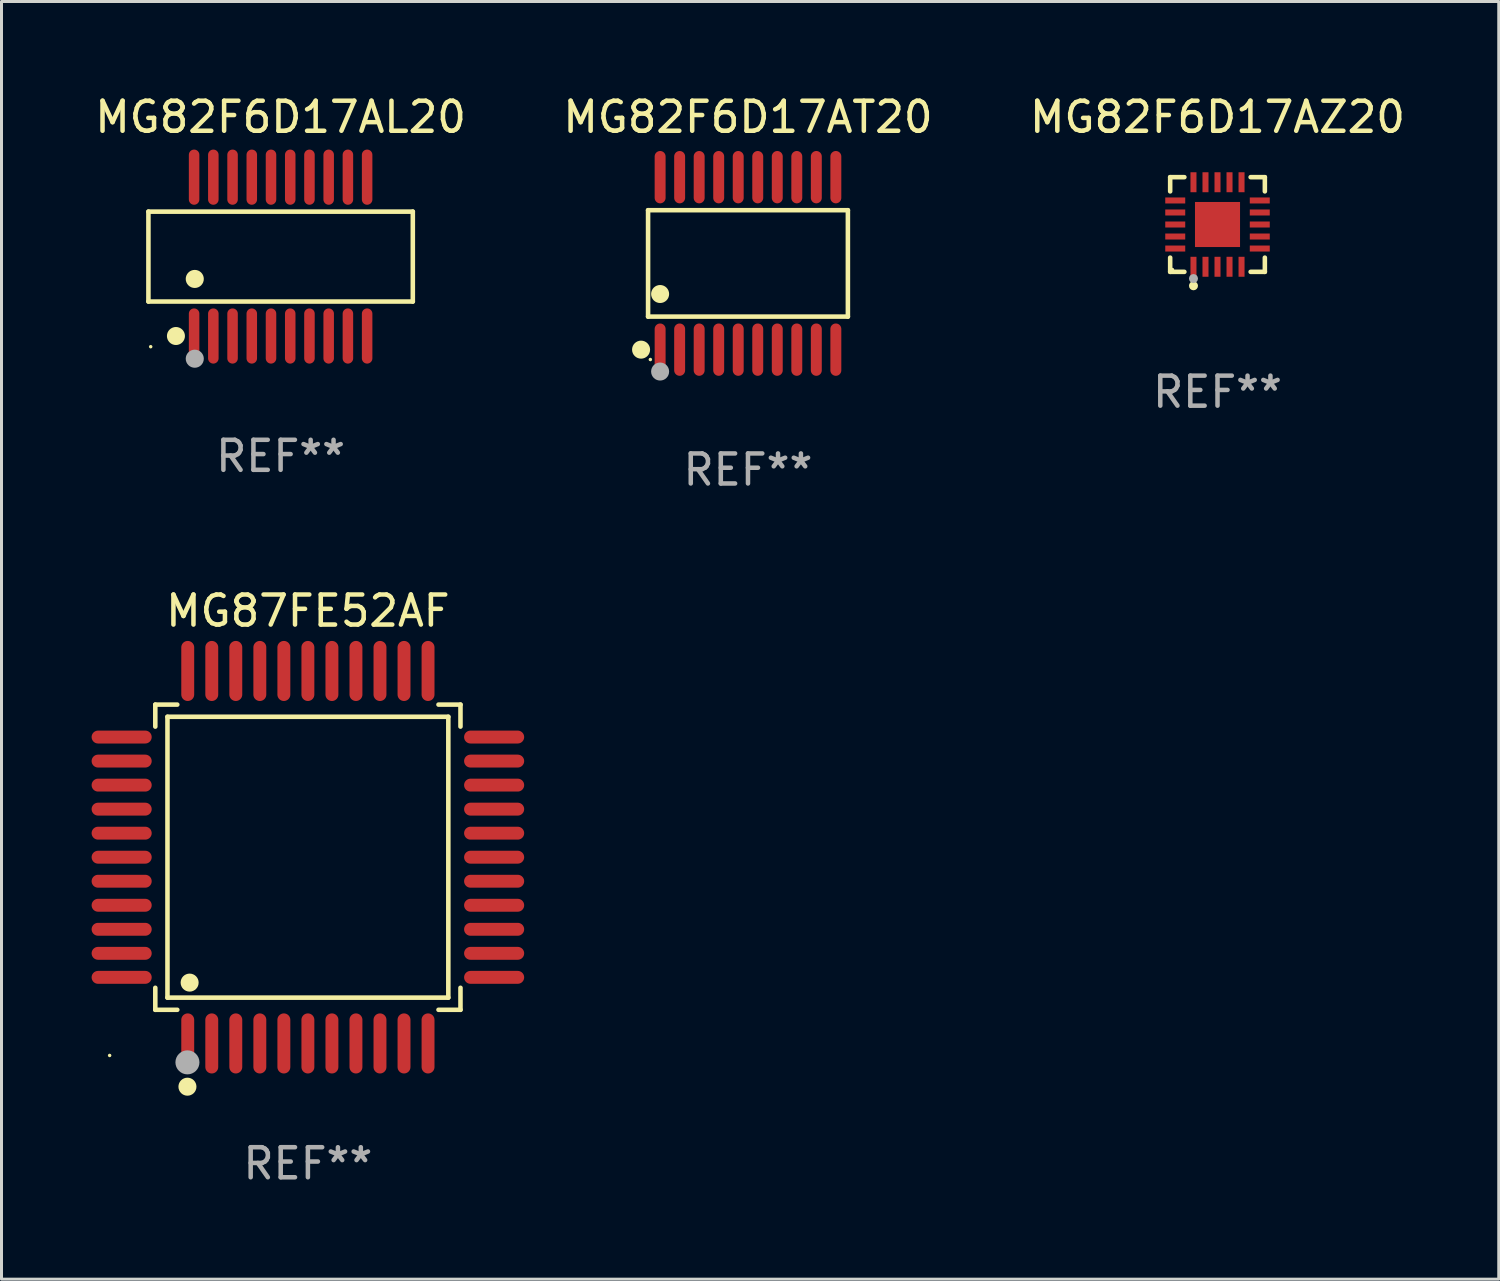
<source format=kicad_pcb>
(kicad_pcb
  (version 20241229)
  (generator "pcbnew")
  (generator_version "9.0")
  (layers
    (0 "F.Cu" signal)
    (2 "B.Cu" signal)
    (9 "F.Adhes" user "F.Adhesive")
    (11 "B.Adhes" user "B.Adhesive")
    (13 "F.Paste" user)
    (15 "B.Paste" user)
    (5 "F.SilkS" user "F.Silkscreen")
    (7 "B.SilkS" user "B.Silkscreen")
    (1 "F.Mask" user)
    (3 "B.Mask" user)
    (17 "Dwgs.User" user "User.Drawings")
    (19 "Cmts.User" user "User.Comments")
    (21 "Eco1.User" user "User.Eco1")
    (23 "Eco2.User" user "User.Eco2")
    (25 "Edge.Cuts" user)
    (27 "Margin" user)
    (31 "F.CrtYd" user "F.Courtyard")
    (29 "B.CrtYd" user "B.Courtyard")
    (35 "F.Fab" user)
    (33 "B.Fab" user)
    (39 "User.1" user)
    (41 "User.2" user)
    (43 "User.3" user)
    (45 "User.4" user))
  (footprint "MG87FE52AF"
    (layer "F.Cu")
    (at 7.2 25.487)
    (property "Reference" "MG87FE52AF" (at 0 -8.2 0) (layer "F.SilkS") (effects (font (size 1 1) (thickness 0.15))))
    (attr through_hole)
    (fp_line (start -5.08 -5.08) (end -4.348 -5.08) (stroke (width 0.152) (type solid)) (layer "F.SilkS"))
    (fp_line (start -5.08 -4.348) (end -5.08 -5.08) (stroke (width 0.152) (type solid)) (layer "F.SilkS"))
    (fp_line (start -5.08 4.348) (end -5.08 5.08) (stroke (width 0.152) (type solid)) (layer "F.SilkS"))
    (fp_line (start -5.08 5.08) (end -4.348 5.08) (stroke (width 0.152) (type solid)) (layer "F.SilkS"))
    (fp_line (start -4.675 -4.675) (end 4.675 -4.675) (stroke (width 0.152) (type solid)) (layer "F.SilkS"))
    (fp_line (start -4.675 4.675) (end -4.675 -4.675) (stroke (width 0.152) (type solid)) (layer "F.SilkS"))
    (fp_line (start 4.675 -4.675) (end 4.675 4.675) (stroke (width 0.152) (type solid)) (layer "F.SilkS"))
    (fp_line (start 4.675 4.675) (end -4.675 4.675) (stroke (width 0.152) (type solid)) (layer "F.SilkS"))
    (fp_line (start 5.08 -5.08) (end 4.348 -5.08) (stroke (width 0.152) (type solid)) (layer "F.SilkS"))
    (fp_line (start 5.08 -4.348) (end 5.08 -5.08) (stroke (width 0.152) (type solid)) (layer "F.SilkS"))
    (fp_line (start 5.08 4.348) (end 5.08 5.08) (stroke (width 0.152) (type solid)) (layer "F.SilkS"))
    (fp_line (start 5.08 5.08) (end 4.348 5.08) (stroke (width 0.152) (type solid)) (layer "F.SilkS"))
    (fp_circle (center -6.6 6.6) (end -6.57 6.6) (stroke (width 0.06) (type solid)) (fill no) (layer "F.SilkS"))
    (fp_circle (center -4.01 7.64) (end -3.86 7.64) (stroke (width 0.3) (type solid)) (fill no) (layer "F.SilkS"))
    (fp_circle (center -3.937 4.175) (end -3.787 4.175) (stroke (width 0.3) (type solid)) (fill no) (layer "F.SilkS"))
    (fp_circle (center -4.01 6.83) (end -3.81 6.83) (stroke (width 0.4) (type solid)) (fill no) (layer "F.Fab"))
    (fp_text user "REF**" (at 0 10.2 0) (layer "F.Fab") (effects (font (size 1 1) (thickness 0.15))))
    (pad "1" smd oval (at -4 6.2) (size 0.43 2) (layers "F.Cu" "F.Mask" "F.Paste"))
    (pad "2" smd oval (at -3.2 6.2) (size 0.43 2) (layers "F.Cu" "F.Mask" "F.Paste"))
    (pad "3" smd oval (at -2.4 6.2) (size 0.43 2) (layers "F.Cu" "F.Mask" "F.Paste"))
    (pad "4" smd oval (at -1.6 6.2) (size 0.43 2) (layers "F.Cu" "F.Mask" "F.Paste"))
    (pad "5" smd oval (at -0.8 6.2) (size 0.43 2) (layers "F.Cu" "F.Mask" "F.Paste"))
    (pad "6" smd oval (at 0 6.2) (size 0.43 2) (layers "F.Cu" "F.Mask" "F.Paste"))
    (pad "7" smd oval (at 0.8 6.2) (size 0.43 2) (layers "F.Cu" "F.Mask" "F.Paste"))
    (pad "8" smd oval (at 1.6 6.2) (size 0.43 2) (layers "F.Cu" "F.Mask" "F.Paste"))
    (pad "9" smd oval (at 2.4 6.2) (size 0.43 2) (layers "F.Cu" "F.Mask" "F.Paste"))
    (pad "10" smd oval (at 3.2 6.2) (size 0.43 2) (layers "F.Cu" "F.Mask" "F.Paste"))
    (pad "11" smd oval (at 4 6.2) (size 0.43 2) (layers "F.Cu" "F.Mask" "F.Paste"))
    (pad "12" smd oval (at 6.2 4) (size 2 0.43) (layers "F.Cu" "F.Mask" "F.Paste"))
    (pad "13" smd oval (at 6.2 3.2) (size 2 0.43) (layers "F.Cu" "F.Mask" "F.Paste"))
    (pad "14" smd oval (at 6.2 2.4) (size 2 0.43) (layers "F.Cu" "F.Mask" "F.Paste"))
    (pad "15" smd oval (at 6.2 1.6) (size 2 0.43) (layers "F.Cu" "F.Mask" "F.Paste"))
    (pad "16" smd oval (at 6.2 0.8) (size 2 0.43) (layers "F.Cu" "F.Mask" "F.Paste"))
    (pad "17" smd oval (at 6.2 0) (size 2 0.43) (layers "F.Cu" "F.Mask" "F.Paste"))
    (pad "18" smd oval (at 6.2 -0.8) (size 2 0.43) (layers "F.Cu" "F.Mask" "F.Paste"))
    (pad "19" smd oval (at 6.2 -1.6) (size 2 0.43) (layers "F.Cu" "F.Mask" "F.Paste"))
    (pad "20" smd oval (at 6.2 -2.4) (size 2 0.43) (layers "F.Cu" "F.Mask" "F.Paste"))
    (pad "21" smd oval (at 6.2 -3.2) (size 2 0.43) (layers "F.Cu" "F.Mask" "F.Paste"))
    (pad "22" smd oval (at 6.2 -4) (size 2 0.43) (layers "F.Cu" "F.Mask" "F.Paste"))
    (pad "23" smd oval (at 4 -6.2) (size 0.43 2) (layers "F.Cu" "F.Mask" "F.Paste"))
    (pad "24" smd oval (at 3.2 -6.2) (size 0.43 2) (layers "F.Cu" "F.Mask" "F.Paste"))
    (pad "25" smd oval (at 2.4 -6.2) (size 0.43 2) (layers "F.Cu" "F.Mask" "F.Paste"))
    (pad "26" smd oval (at 1.6 -6.2) (size 0.43 2) (layers "F.Cu" "F.Mask" "F.Paste"))
    (pad "27" smd oval (at 0.8 -6.2) (size 0.43 2) (layers "F.Cu" "F.Mask" "F.Paste"))
    (pad "28" smd oval (at 0 -6.2) (size 0.43 2) (layers "F.Cu" "F.Mask" "F.Paste"))
    (pad "29" smd oval (at -0.8 -6.2) (size 0.43 2) (layers "F.Cu" "F.Mask" "F.Paste"))
    (pad "30" smd oval (at -1.6 -6.2) (size 0.43 2) (layers "F.Cu" "F.Mask" "F.Paste"))
    (pad "31" smd oval (at -2.4 -6.2) (size 0.43 2) (layers "F.Cu" "F.Mask" "F.Paste"))
    (pad "32" smd oval (at -3.2 -6.2) (size 0.43 2) (layers "F.Cu" "F.Mask" "F.Paste"))
    (pad "33" smd oval (at -4 -6.2) (size 0.43 2) (layers "F.Cu" "F.Mask" "F.Paste"))
    (pad "34" smd oval (at -6.2 -4) (size 2 0.43) (layers "F.Cu" "F.Mask" "F.Paste"))
    (pad "35" smd oval (at -6.2 -3.2) (size 2 0.43) (layers "F.Cu" "F.Mask" "F.Paste"))
    (pad "36" smd oval (at -6.2 -2.4) (size 2 0.43) (layers "F.Cu" "F.Mask" "F.Paste"))
    (pad "37" smd oval (at -6.2 -1.6) (size 2 0.43) (layers "F.Cu" "F.Mask" "F.Paste"))
    (pad "38" smd oval (at -6.2 -0.8) (size 2 0.43) (layers "F.Cu" "F.Mask" "F.Paste"))
    (pad "39" smd oval (at -6.2 0) (size 2 0.43) (layers "F.Cu" "F.Mask" "F.Paste"))
    (pad "40" smd oval (at -6.2 0.8) (size 2 0.43) (layers "F.Cu" "F.Mask" "F.Paste"))
    (pad "41" smd oval (at -6.2 1.6) (size 2 0.43) (layers "F.Cu" "F.Mask" "F.Paste"))
    (pad "42" smd oval (at -6.2 2.4) (size 2 0.43) (layers "F.Cu" "F.Mask" "F.Paste"))
    (pad "43" smd oval (at -6.2 3.2) (size 2 0.43) (layers "F.Cu" "F.Mask" "F.Paste"))
    (pad "44" smd oval (at -6.2 4) (size 2 0.43) (layers "F.Cu" "F.Mask" "F.Paste")))
  (footprint "MG82F6D17AZ20"
    (layer "F.Cu")
    (at 37.482 4.424)
    (property "Reference" "MG82F6D17AZ20" (at 0 -3.576 0) (layer "F.SilkS") (effects (font (size 1 1) (thickness 0.15))))
    (attr through_hole)
    (fp_line (start -1.576 -1.576) (end -1.103 -1.576) (stroke (width 0.152) (type solid)) (layer "F.SilkS"))
    (fp_line (start -1.576 -1.103) (end -1.576 -1.576) (stroke (width 0.152) (type solid)) (layer "F.SilkS"))
    (fp_line (start -1.576 1.103) (end -1.576 1.576) (stroke (width 0.152) (type solid)) (layer "F.SilkS"))
    (fp_line (start -1.576 1.576) (end -1.103 1.576) (stroke (width 0.152) (type solid)) (layer "F.SilkS"))
    (fp_line (start 1.576 -1.576) (end 1.103 -1.576) (stroke (width 0.152) (type solid)) (layer "F.SilkS"))
    (fp_line (start 1.576 -1.103) (end 1.576 -1.576) (stroke (width 0.152) (type solid)) (layer "F.SilkS"))
    (fp_line (start 1.576 1.103) (end 1.576 1.576) (stroke (width 0.152) (type solid)) (layer "F.SilkS"))
    (fp_line (start 1.576 1.576) (end 1.103 1.576) (stroke (width 0.152) (type solid)) (layer "F.SilkS"))
    (fp_circle (center -1.5 1.5) (end -1.47 1.5) (stroke (width 0.06) (type solid)) (fill no) (layer "F.SilkS"))
    (fp_circle (center -0.8 2.04) (end -0.725 2.04) (stroke (width 0.15) (type solid)) (fill no) (layer "F.SilkS"))
    (fp_circle (center -0.8 1.8) (end -0.725 1.8) (stroke (width 0.15) (type solid)) (fill no) (layer "F.Fab"))
    (fp_text user "REF**" (at 0 5.576 0) (layer "F.Fab") (effects (font (size 1 1) (thickness 0.15))))
    (pad "1" smd rect (at -0.8 1.407) (size 0.2 0.665) (layers "F.Cu" "F.Mask" "F.Paste"))
    (pad "2" smd rect (at -0.4 1.407) (size 0.2 0.665) (layers "F.Cu" "F.Mask" "F.Paste"))
    (pad "3" smd rect (at 0 1.407) (size 0.2 0.665) (layers "F.Cu" "F.Mask" "F.Paste"))
    (pad "4" smd rect (at 0.4 1.407) (size 0.2 0.665) (layers "F.Cu" "F.Mask" "F.Paste"))
    (pad "5" smd rect (at 0.8 1.407) (size 0.2 0.665) (layers "F.Cu" "F.Mask" "F.Paste"))
    (pad "6" smd rect (at 1.407 0.8) (size 0.665 0.2) (layers "F.Cu" "F.Mask" "F.Paste"))
    (pad "7" smd rect (at 1.407 0.4) (size 0.665 0.2) (layers "F.Cu" "F.Mask" "F.Paste"))
    (pad "8" smd rect (at 1.407 0) (size 0.665 0.2) (layers "F.Cu" "F.Mask" "F.Paste"))
    (pad "9" smd rect (at 1.407 -0.4) (size 0.665 0.2) (layers "F.Cu" "F.Mask" "F.Paste"))
    (pad "10" smd rect (at 1.407 -0.8) (size 0.665 0.2) (layers "F.Cu" "F.Mask" "F.Paste"))
    (pad "11" smd rect (at 0.8 -1.407) (size 0.2 0.665) (layers "F.Cu" "F.Mask" "F.Paste"))
    (pad "12" smd rect (at 0.4 -1.407) (size 0.2 0.665) (layers "F.Cu" "F.Mask" "F.Paste"))
    (pad "13" smd rect (at 0 -1.407) (size 0.2 0.665) (layers "F.Cu" "F.Mask" "F.Paste"))
    (pad "14" smd rect (at -0.4 -1.407) (size 0.2 0.665) (layers "F.Cu" "F.Mask" "F.Paste"))
    (pad "15" smd rect (at -0.8 -1.407) (size 0.2 0.665) (layers "F.Cu" "F.Mask" "F.Paste"))
    (pad "16" smd rect (at -1.407 -0.8) (size 0.665 0.2) (layers "F.Cu" "F.Mask" "F.Paste"))
    (pad "17" smd rect (at -1.407 -0.4) (size 0.665 0.2) (layers "F.Cu" "F.Mask" "F.Paste"))
    (pad "18" smd rect (at -1.407 0) (size 0.665 0.2) (layers "F.Cu" "F.Mask" "F.Paste"))
    (pad "19" smd rect (at -1.407 0.4) (size 0.665 0.2) (layers "F.Cu" "F.Mask" "F.Paste"))
    (pad "20" smd rect (at -1.407 0.8) (size 0.665 0.2) (layers "F.Cu" "F.Mask" "F.Paste"))
    (pad "21" smd rect (at 0 0) (size 1.5 1.5) (layers "F.Cu" "F.Mask" "F.Paste")))
  (footprint "MG82F6D17AT20"
    (layer "F.Cu")
    (at 21.851 5.719)
    (property "Reference" "MG82F6D17AT20" (at 0 -4.871 0) (layer "F.SilkS") (effects (font (size 1 1) (thickness 0.15))))
    (attr through_hole)
    (fp_line (start -3.326 -1.771) (end 3.326 -1.771) (stroke (width 0.152) (type solid)) (layer "F.SilkS"))
    (fp_line (start -3.326 1.771) (end -3.326 -1.771) (stroke (width 0.152) (type solid)) (layer "F.SilkS"))
    (fp_line (start 3.326 -1.771) (end 3.326 1.771) (stroke (width 0.152) (type solid)) (layer "F.SilkS"))
    (fp_line (start 3.326 1.771) (end -3.326 1.771) (stroke (width 0.152) (type solid)) (layer "F.SilkS"))
    (fp_circle (center -3.559 2.871) (end -3.409 2.871) (stroke (width 0.3) (type solid)) (fill no) (layer "F.SilkS"))
    (fp_circle (center -3.25 3.2) (end -3.22 3.2) (stroke (width 0.06) (type solid)) (fill no) (layer "F.SilkS"))
    (fp_circle (center -2.925 1.019) (end -2.775 1.019) (stroke (width 0.3) (type solid)) (fill no) (layer "F.SilkS"))
    (fp_circle (center -2.925 3.6) (end -2.775 3.6) (stroke (width 0.3) (type solid)) (fill no) (layer "F.Fab"))
    (fp_text user "REF**" (at 0 6.871 0) (layer "F.Fab") (effects (font (size 1 1) (thickness 0.15))))
    (pad "1" smd oval (at -2.925 2.871) (size 0.364 1.742) (layers "F.Cu" "F.Mask" "F.Paste"))
    (pad "2" smd oval (at -2.275 2.871) (size 0.364 1.742) (layers "F.Cu" "F.Mask" "F.Paste"))
    (pad "3" smd oval (at -1.625 2.871) (size 0.364 1.742) (layers "F.Cu" "F.Mask" "F.Paste"))
    (pad "4" smd oval (at -0.975 2.871) (size 0.364 1.742) (layers "F.Cu" "F.Mask" "F.Paste"))
    (pad "5" smd oval (at -0.325 2.871) (size 0.364 1.742) (layers "F.Cu" "F.Mask" "F.Paste"))
    (pad "6" smd oval (at 0.325 2.871) (size 0.364 1.742) (layers "F.Cu" "F.Mask" "F.Paste"))
    (pad "7" smd oval (at 0.975 2.871) (size 0.364 1.742) (layers "F.Cu" "F.Mask" "F.Paste"))
    (pad "8" smd oval (at 1.625 2.871) (size 0.364 1.742) (layers "F.Cu" "F.Mask" "F.Paste"))
    (pad "9" smd oval (at 2.275 2.871) (size 0.364 1.742) (layers "F.Cu" "F.Mask" "F.Paste"))
    (pad "10" smd oval (at 2.925 2.871) (size 0.364 1.742) (layers "F.Cu" "F.Mask" "F.Paste"))
    (pad "11" smd oval (at 2.925 -2.871) (size 0.364 1.742) (layers "F.Cu" "F.Mask" "F.Paste"))
    (pad "12" smd oval (at 2.275 -2.871) (size 0.364 1.742) (layers "F.Cu" "F.Mask" "F.Paste"))
    (pad "13" smd oval (at 1.625 -2.871) (size 0.364 1.742) (layers "F.Cu" "F.Mask" "F.Paste"))
    (pad "14" smd oval (at 0.975 -2.871) (size 0.364 1.742) (layers "F.Cu" "F.Mask" "F.Paste"))
    (pad "15" smd oval (at 0.325 -2.871) (size 0.364 1.742) (layers "F.Cu" "F.Mask" "F.Paste"))
    (pad "16" smd oval (at -0.325 -2.871) (size 0.364 1.742) (layers "F.Cu" "F.Mask" "F.Paste"))
    (pad "17" smd oval (at -0.975 -2.871) (size 0.364 1.742) (layers "F.Cu" "F.Mask" "F.Paste"))
    (pad "18" smd oval (at -1.625 -2.871) (size 0.364 1.742) (layers "F.Cu" "F.Mask" "F.Paste"))
    (pad "19" smd oval (at -2.275 -2.871) (size 0.364 1.742) (layers "F.Cu" "F.Mask" "F.Paste"))
    (pad "20" smd oval (at -2.925 -2.871) (size 0.364 1.742) (layers "F.Cu" "F.Mask" "F.Paste")))
  (footprint "MG82F6D17AL20"
    (layer "F.Cu")
    (at 6.292 5.492)
    (property "Reference" "MG82F6D17AL20" (at 0 -4.644 0) (layer "F.SilkS") (effects (font (size 1 1) (thickness 0.15))))
    (attr through_hole)
    (fp_line (start -4.401 -1.497) (end 4.401 -1.497) (stroke (width 0.152) (type solid)) (layer "F.SilkS"))
    (fp_line (start -4.401 1.496) (end -4.401 -1.497) (stroke (width 0.152) (type solid)) (layer "F.SilkS"))
    (fp_line (start 4.401 -1.497) (end 4.401 1.496) (stroke (width 0.152) (type solid)) (layer "F.SilkS"))
    (fp_line (start 4.401 1.496) (end -4.401 1.496) (stroke (width 0.152) (type solid)) (layer "F.SilkS"))
    (fp_circle (center -4.325 3) (end -4.295 3) (stroke (width 0.06) (type solid)) (fill no) (layer "F.SilkS"))
    (fp_circle (center -3.485 2.644) (end -3.335 2.644) (stroke (width 0.3) (type solid)) (fill no) (layer "F.SilkS"))
    (fp_circle (center -2.858 0.744) (end -2.707 0.744) (stroke (width 0.3) (type solid)) (fill no) (layer "F.SilkS"))
    (fp_circle (center -2.858 3.4) (end -2.707 3.4) (stroke (width 0.3) (type solid)) (fill no) (layer "F.Fab"))
    (fp_text user "REF**" (at 0 6.644 0) (layer "F.Fab") (effects (font (size 1 1) (thickness 0.15))))
    (pad "1" smd oval (at -2.88 2.644) (size 0.35 1.837) (layers "F.Cu" "F.Mask" "F.Paste"))
    (pad "2" smd oval (at -2.24 2.644) (size 0.35 1.837) (layers "F.Cu" "F.Mask" "F.Paste"))
    (pad "3" smd oval (at -1.6 2.644) (size 0.35 1.837) (layers "F.Cu" "F.Mask" "F.Paste"))
    (pad "4" smd oval (at -0.96 2.644) (size 0.35 1.837) (layers "F.Cu" "F.Mask" "F.Paste"))
    (pad "5" smd oval (at -0.32 2.644) (size 0.35 1.837) (layers "F.Cu" "F.Mask" "F.Paste"))
    (pad "6" smd oval (at 0.32 2.644) (size 0.35 1.837) (layers "F.Cu" "F.Mask" "F.Paste"))
    (pad "7" smd oval (at 0.96 2.644) (size 0.35 1.837) (layers "F.Cu" "F.Mask" "F.Paste"))
    (pad "8" smd oval (at 1.6 2.644) (size 0.35 1.837) (layers "F.Cu" "F.Mask" "F.Paste"))
    (pad "9" smd oval (at 2.24 2.644) (size 0.35 1.837) (layers "F.Cu" "F.Mask" "F.Paste"))
    (pad "10" smd oval (at 2.88 2.644) (size 0.35 1.837) (layers "F.Cu" "F.Mask" "F.Paste"))
    (pad "11" smd oval (at 2.88 -2.644 180) (size 0.35 1.837) (layers "F.Cu" "F.Mask" "F.Paste"))
    (pad "12" smd oval (at 2.24 -2.644 180) (size 0.35 1.837) (layers "F.Cu" "F.Mask" "F.Paste"))
    (pad "13" smd oval (at 1.6 -2.644 180) (size 0.35 1.837) (layers "F.Cu" "F.Mask" "F.Paste"))
    (pad "14" smd oval (at 0.96 -2.644 180) (size 0.35 1.837) (layers "F.Cu" "F.Mask" "F.Paste"))
    (pad "15" smd oval (at 0.32 -2.644 180) (size 0.35 1.837) (layers "F.Cu" "F.Mask" "F.Paste"))
    (pad "16" smd oval (at -0.32 -2.644 180) (size 0.35 1.837) (layers "F.Cu" "F.Mask" "F.Paste"))
    (pad "17" smd oval (at -0.96 -2.644 180) (size 0.35 1.837) (layers "F.Cu" "F.Mask" "F.Paste"))
    (pad "18" smd oval (at -1.6 -2.644 180) (size 0.35 1.837) (layers "F.Cu" "F.Mask" "F.Paste"))
    (pad "19" smd oval (at -2.24 -2.644 180) (size 0.35 1.837) (layers "F.Cu" "F.Mask" "F.Paste"))
    (pad "20" smd oval (at -2.88 -2.644 180) (size 0.35 1.837) (layers "F.Cu" "F.Mask" "F.Paste")))
  (gr_rect
    (start -3 -3)
    (end 46.845 39.535)
    (stroke (width 0.1) (type default))
    (fill no)
    (layer "Edge.Cuts")))
</source>
